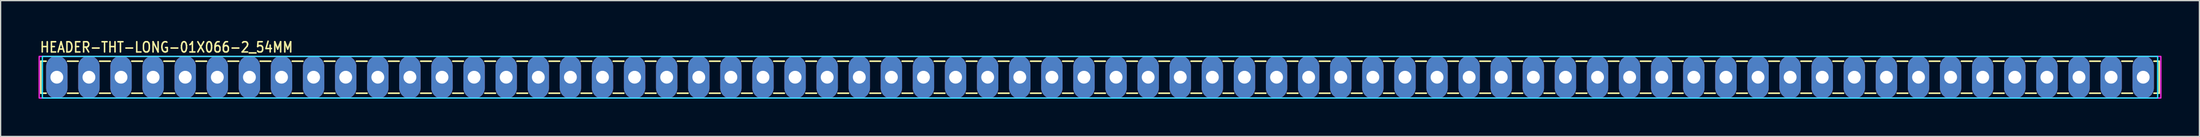
<source format=kicad_pcb>
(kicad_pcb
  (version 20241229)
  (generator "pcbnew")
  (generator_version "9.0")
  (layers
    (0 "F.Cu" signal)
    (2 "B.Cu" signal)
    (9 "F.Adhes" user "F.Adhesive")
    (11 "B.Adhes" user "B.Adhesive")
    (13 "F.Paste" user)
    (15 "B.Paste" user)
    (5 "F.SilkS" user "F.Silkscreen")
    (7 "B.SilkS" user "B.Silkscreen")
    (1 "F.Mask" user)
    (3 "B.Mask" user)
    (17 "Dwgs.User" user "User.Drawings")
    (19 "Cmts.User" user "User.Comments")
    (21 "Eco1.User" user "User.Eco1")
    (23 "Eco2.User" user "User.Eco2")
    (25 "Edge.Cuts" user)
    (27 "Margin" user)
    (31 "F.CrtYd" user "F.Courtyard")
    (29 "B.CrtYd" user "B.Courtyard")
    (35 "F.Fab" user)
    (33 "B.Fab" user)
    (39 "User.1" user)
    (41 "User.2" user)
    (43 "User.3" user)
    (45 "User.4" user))
  (footprint "HEADER-THT-LONG-01X066-2_54MM"
    (layer "F.Cu")
    (at 1.447 3.079)
    (property "Reference" "HEADER-THT-LONG-01X066-2_54MM" (at -1.4 -1.9 0) (unlocked yes) (layer "F.SilkS") (effects (font (size 0.813 0.695) (thickness 0.122)) (justify left bottom)))
    (fp_line (start -1.27 -1.27) (end -1.27 1.27) (stroke (width 0.127) (type solid)) (layer "F.SilkS"))
    (fp_line (start -1.27 1.27) (end -0.85 1.27) (stroke (width 0.127) (type solid)) (layer "F.SilkS"))
    (fp_line (start -0.85 -1.27) (end -1.27 -1.27) (stroke (width 0.127) (type solid)) (layer "F.SilkS"))
    (fp_line (start 0.85 -1.27) (end 1.69 -1.27) (stroke (width 0.127) (type solid)) (layer "F.SilkS"))
    (fp_line (start 0.85 1.27) (end 1.69 1.27) (stroke (width 0.127) (type solid)) (layer "F.SilkS"))
    (fp_line (start 3.39 -1.27) (end 4.23 -1.27) (stroke (width 0.127) (type solid)) (layer "F.SilkS"))
    (fp_line (start 3.39 1.27) (end 4.23 1.27) (stroke (width 0.127) (type solid)) (layer "F.SilkS"))
    (fp_line (start 5.93 -1.27) (end 6.77 -1.27) (stroke (width 0.127) (type solid)) (layer "F.SilkS"))
    (fp_line (start 5.93 1.27) (end 6.77 1.27) (stroke (width 0.127) (type solid)) (layer "F.SilkS"))
    (fp_line (start 8.47 -1.27) (end 9.31 -1.27) (stroke (width 0.127) (type solid)) (layer "F.SilkS"))
    (fp_line (start 8.47 1.27) (end 9.31 1.27) (stroke (width 0.127) (type solid)) (layer "F.SilkS"))
    (fp_line (start 11.01 -1.27) (end 11.85 -1.27) (stroke (width 0.127) (type solid)) (layer "F.SilkS"))
    (fp_line (start 11.01 1.27) (end 11.85 1.27) (stroke (width 0.127) (type solid)) (layer "F.SilkS"))
    (fp_line (start 13.55 -1.27) (end 14.39 -1.27) (stroke (width 0.127) (type solid)) (layer "F.SilkS"))
    (fp_line (start 13.55 1.27) (end 14.39 1.27) (stroke (width 0.127) (type solid)) (layer "F.SilkS"))
    (fp_line (start 16.09 -1.27) (end 16.93 -1.27) (stroke (width 0.127) (type solid)) (layer "F.SilkS"))
    (fp_line (start 16.09 1.27) (end 16.93 1.27) (stroke (width 0.127) (type solid)) (layer "F.SilkS"))
    (fp_line (start 18.63 -1.27) (end 19.47 -1.27) (stroke (width 0.127) (type solid)) (layer "F.SilkS"))
    (fp_line (start 18.63 1.27) (end 19.47 1.27) (stroke (width 0.127) (type solid)) (layer "F.SilkS"))
    (fp_line (start 21.17 -1.27) (end 22.01 -1.27) (stroke (width 0.127) (type solid)) (layer "F.SilkS"))
    (fp_line (start 21.17 1.27) (end 22.01 1.27) (stroke (width 0.127) (type solid)) (layer "F.SilkS"))
    (fp_line (start 23.71 -1.27) (end 24.55 -1.27) (stroke (width 0.127) (type solid)) (layer "F.SilkS"))
    (fp_line (start 23.71 1.27) (end 24.55 1.27) (stroke (width 0.127) (type solid)) (layer "F.SilkS"))
    (fp_line (start 26.25 -1.27) (end 27.09 -1.27) (stroke (width 0.127) (type solid)) (layer "F.SilkS"))
    (fp_line (start 26.25 1.27) (end 27.09 1.27) (stroke (width 0.127) (type solid)) (layer "F.SilkS"))
    (fp_line (start 28.79 -1.27) (end 29.63 -1.27) (stroke (width 0.127) (type solid)) (layer "F.SilkS"))
    (fp_line (start 28.79 1.27) (end 29.63 1.27) (stroke (width 0.127) (type solid)) (layer "F.SilkS"))
    (fp_line (start 31.33 -1.27) (end 32.17 -1.27) (stroke (width 0.127) (type solid)) (layer "F.SilkS"))
    (fp_line (start 31.33 1.27) (end 32.17 1.27) (stroke (width 0.127) (type solid)) (layer "F.SilkS"))
    (fp_line (start 33.87 -1.27) (end 34.71 -1.27) (stroke (width 0.127) (type solid)) (layer "F.SilkS"))
    (fp_line (start 33.87 1.27) (end 34.71 1.27) (stroke (width 0.127) (type solid)) (layer "F.SilkS"))
    (fp_line (start 36.41 -1.27) (end 37.25 -1.27) (stroke (width 0.127) (type solid)) (layer "F.SilkS"))
    (fp_line (start 36.41 1.27) (end 37.25 1.27) (stroke (width 0.127) (type solid)) (layer "F.SilkS"))
    (fp_line (start 38.95 -1.27) (end 39.79 -1.27) (stroke (width 0.127) (type solid)) (layer "F.SilkS"))
    (fp_line (start 38.95 1.27) (end 39.79 1.27) (stroke (width 0.127) (type solid)) (layer "F.SilkS"))
    (fp_line (start 41.49 -1.27) (end 42.33 -1.27) (stroke (width 0.127) (type solid)) (layer "F.SilkS"))
    (fp_line (start 41.49 1.27) (end 42.33 1.27) (stroke (width 0.127) (type solid)) (layer "F.SilkS"))
    (fp_line (start 44.03 -1.27) (end 44.87 -1.27) (stroke (width 0.127) (type solid)) (layer "F.SilkS"))
    (fp_line (start 44.03 1.27) (end 44.87 1.27) (stroke (width 0.127) (type solid)) (layer "F.SilkS"))
    (fp_line (start 46.57 -1.27) (end 47.41 -1.27) (stroke (width 0.127) (type solid)) (layer "F.SilkS"))
    (fp_line (start 46.57 1.27) (end 47.41 1.27) (stroke (width 0.127) (type solid)) (layer "F.SilkS"))
    (fp_line (start 49.11 -1.27) (end 49.95 -1.27) (stroke (width 0.127) (type solid)) (layer "F.SilkS"))
    (fp_line (start 49.11 1.27) (end 49.95 1.27) (stroke (width 0.127) (type solid)) (layer "F.SilkS"))
    (fp_line (start 51.65 -1.27) (end 52.49 -1.27) (stroke (width 0.127) (type solid)) (layer "F.SilkS"))
    (fp_line (start 51.65 1.27) (end 52.49 1.27) (stroke (width 0.127) (type solid)) (layer "F.SilkS"))
    (fp_line (start 54.19 -1.27) (end 55.03 -1.27) (stroke (width 0.127) (type solid)) (layer "F.SilkS"))
    (fp_line (start 54.19 1.27) (end 55.03 1.27) (stroke (width 0.127) (type solid)) (layer "F.SilkS"))
    (fp_line (start 56.73 -1.27) (end 57.57 -1.27) (stroke (width 0.127) (type solid)) (layer "F.SilkS"))
    (fp_line (start 56.73 1.27) (end 57.57 1.27) (stroke (width 0.127) (type solid)) (layer "F.SilkS"))
    (fp_line (start 59.27 -1.27) (end 60.11 -1.27) (stroke (width 0.127) (type solid)) (layer "F.SilkS"))
    (fp_line (start 59.27 1.27) (end 60.11 1.27) (stroke (width 0.127) (type solid)) (layer "F.SilkS"))
    (fp_line (start 61.81 -1.27) (end 62.65 -1.27) (stroke (width 0.127) (type solid)) (layer "F.SilkS"))
    (fp_line (start 61.81 1.27) (end 62.65 1.27) (stroke (width 0.127) (type solid)) (layer "F.SilkS"))
    (fp_line (start 64.35 -1.27) (end 65.19 -1.27) (stroke (width 0.127) (type solid)) (layer "F.SilkS"))
    (fp_line (start 64.35 1.27) (end 65.19 1.27) (stroke (width 0.127) (type solid)) (layer "F.SilkS"))
    (fp_line (start 66.89 -1.27) (end 67.73 -1.27) (stroke (width 0.127) (type solid)) (layer "F.SilkS"))
    (fp_line (start 66.89 1.27) (end 67.73 1.27) (stroke (width 0.127) (type solid)) (layer "F.SilkS"))
    (fp_line (start 69.43 -1.27) (end 70.27 -1.27) (stroke (width 0.127) (type solid)) (layer "F.SilkS"))
    (fp_line (start 69.43 1.27) (end 70.27 1.27) (stroke (width 0.127) (type solid)) (layer "F.SilkS"))
    (fp_line (start 71.97 -1.27) (end 72.81 -1.27) (stroke (width 0.127) (type solid)) (layer "F.SilkS"))
    (fp_line (start 71.97 1.27) (end 72.81 1.27) (stroke (width 0.127) (type solid)) (layer "F.SilkS"))
    (fp_line (start 74.51 -1.27) (end 75.35 -1.27) (stroke (width 0.127) (type solid)) (layer "F.SilkS"))
    (fp_line (start 74.51 1.27) (end 75.35 1.27) (stroke (width 0.127) (type solid)) (layer "F.SilkS"))
    (fp_line (start 77.05 -1.27) (end 77.89 -1.27) (stroke (width 0.127) (type solid)) (layer "F.SilkS"))
    (fp_line (start 77.05 1.27) (end 77.89 1.27) (stroke (width 0.127) (type solid)) (layer "F.SilkS"))
    (fp_line (start 79.59 -1.27) (end 80.43 -1.27) (stroke (width 0.127) (type solid)) (layer "F.SilkS"))
    (fp_line (start 79.59 1.27) (end 80.43 1.27) (stroke (width 0.127) (type solid)) (layer "F.SilkS"))
    (fp_line (start 82.13 -1.27) (end 82.97 -1.27) (stroke (width 0.127) (type solid)) (layer "F.SilkS"))
    (fp_line (start 82.13 1.27) (end 82.97 1.27) (stroke (width 0.127) (type solid)) (layer "F.SilkS"))
    (fp_line (start 84.67 -1.27) (end 85.51 -1.27) (stroke (width 0.127) (type solid)) (layer "F.SilkS"))
    (fp_line (start 84.67 1.27) (end 85.51 1.27) (stroke (width 0.127) (type solid)) (layer "F.SilkS"))
    (fp_line (start 87.21 -1.27) (end 88.05 -1.27) (stroke (width 0.127) (type solid)) (layer "F.SilkS"))
    (fp_line (start 87.21 1.27) (end 88.05 1.27) (stroke (width 0.127) (type solid)) (layer "F.SilkS"))
    (fp_line (start 89.75 -1.27) (end 90.59 -1.27) (stroke (width 0.127) (type solid)) (layer "F.SilkS"))
    (fp_line (start 89.75 1.27) (end 90.59 1.27) (stroke (width 0.127) (type solid)) (layer "F.SilkS"))
    (fp_line (start 92.29 -1.27) (end 93.13 -1.27) (stroke (width 0.127) (type solid)) (layer "F.SilkS"))
    (fp_line (start 92.29 1.27) (end 93.13 1.27) (stroke (width 0.127) (type solid)) (layer "F.SilkS"))
    (fp_line (start 94.83 -1.27) (end 95.67 -1.27) (stroke (width 0.127) (type solid)) (layer "F.SilkS"))
    (fp_line (start 94.83 1.27) (end 95.67 1.27) (stroke (width 0.127) (type solid)) (layer "F.SilkS"))
    (fp_line (start 97.37 -1.27) (end 98.21 -1.27) (stroke (width 0.127) (type solid)) (layer "F.SilkS"))
    (fp_line (start 97.37 1.27) (end 98.21 1.27) (stroke (width 0.127) (type solid)) (layer "F.SilkS"))
    (fp_line (start 99.91 -1.27) (end 100.75 -1.27) (stroke (width 0.127) (type solid)) (layer "F.SilkS"))
    (fp_line (start 99.91 1.27) (end 100.75 1.27) (stroke (width 0.127) (type solid)) (layer "F.SilkS"))
    (fp_line (start 102.45 -1.27) (end 103.29 -1.27) (stroke (width 0.127) (type solid)) (layer "F.SilkS"))
    (fp_line (start 102.45 1.27) (end 103.29 1.27) (stroke (width 0.127) (type solid)) (layer "F.SilkS"))
    (fp_line (start 104.99 -1.27) (end 105.83 -1.27) (stroke (width 0.127) (type solid)) (layer "F.SilkS"))
    (fp_line (start 104.99 1.27) (end 105.83 1.27) (stroke (width 0.127) (type solid)) (layer "F.SilkS"))
    (fp_line (start 107.53 -1.27) (end 108.37 -1.27) (stroke (width 0.127) (type solid)) (layer "F.SilkS"))
    (fp_line (start 107.53 1.27) (end 108.37 1.27) (stroke (width 0.127) (type solid)) (layer "F.SilkS"))
    (fp_line (start 110.07 -1.27) (end 110.91 -1.27) (stroke (width 0.127) (type solid)) (layer "F.SilkS"))
    (fp_line (start 110.07 1.27) (end 110.91 1.27) (stroke (width 0.127) (type solid)) (layer "F.SilkS"))
    (fp_line (start 112.61 -1.27) (end 113.45 -1.27) (stroke (width 0.127) (type solid)) (layer "F.SilkS"))
    (fp_line (start 112.61 1.27) (end 113.45 1.27) (stroke (width 0.127) (type solid)) (layer "F.SilkS"))
    (fp_line (start 115.15 -1.27) (end 115.99 -1.27) (stroke (width 0.127) (type solid)) (layer "F.SilkS"))
    (fp_line (start 115.15 1.27) (end 115.99 1.27) (stroke (width 0.127) (type solid)) (layer "F.SilkS"))
    (fp_line (start 117.69 -1.27) (end 118.53 -1.27) (stroke (width 0.127) (type solid)) (layer "F.SilkS"))
    (fp_line (start 117.69 1.27) (end 118.53 1.27) (stroke (width 0.127) (type solid)) (layer "F.SilkS"))
    (fp_line (start 120.23 -1.27) (end 121.07 -1.27) (stroke (width 0.127) (type solid)) (layer "F.SilkS"))
    (fp_line (start 120.23 1.27) (end 121.07 1.27) (stroke (width 0.127) (type solid)) (layer "F.SilkS"))
    (fp_line (start 122.77 -1.27) (end 123.61 -1.27) (stroke (width 0.127) (type solid)) (layer "F.SilkS"))
    (fp_line (start 122.77 1.27) (end 123.61 1.27) (stroke (width 0.127) (type solid)) (layer "F.SilkS"))
    (fp_line (start 125.31 -1.27) (end 126.15 -1.27) (stroke (width 0.127) (type solid)) (layer "F.SilkS"))
    (fp_line (start 125.31 1.27) (end 126.15 1.27) (stroke (width 0.127) (type solid)) (layer "F.SilkS"))
    (fp_line (start 127.85 -1.27) (end 128.69 -1.27) (stroke (width 0.127) (type solid)) (layer "F.SilkS"))
    (fp_line (start 127.85 1.27) (end 128.69 1.27) (stroke (width 0.127) (type solid)) (layer "F.SilkS"))
    (fp_line (start 130.39 -1.27) (end 131.23 -1.27) (stroke (width 0.127) (type solid)) (layer "F.SilkS"))
    (fp_line (start 130.39 1.27) (end 131.23 1.27) (stroke (width 0.127) (type solid)) (layer "F.SilkS"))
    (fp_line (start 132.93 -1.27) (end 133.77 -1.27) (stroke (width 0.127) (type solid)) (layer "F.SilkS"))
    (fp_line (start 132.93 1.27) (end 133.77 1.27) (stroke (width 0.127) (type solid)) (layer "F.SilkS"))
    (fp_line (start 135.47 -1.27) (end 136.31 -1.27) (stroke (width 0.127) (type solid)) (layer "F.SilkS"))
    (fp_line (start 135.47 1.27) (end 136.31 1.27) (stroke (width 0.127) (type solid)) (layer "F.SilkS"))
    (fp_line (start 138.01 -1.27) (end 138.85 -1.27) (stroke (width 0.127) (type solid)) (layer "F.SilkS"))
    (fp_line (start 138.01 1.27) (end 138.85 1.27) (stroke (width 0.127) (type solid)) (layer "F.SilkS"))
    (fp_line (start 140.55 -1.27) (end 141.39 -1.27) (stroke (width 0.127) (type solid)) (layer "F.SilkS"))
    (fp_line (start 140.55 1.27) (end 141.39 1.27) (stroke (width 0.127) (type solid)) (layer "F.SilkS"))
    (fp_line (start 143.09 -1.27) (end 143.93 -1.27) (stroke (width 0.127) (type solid)) (layer "F.SilkS"))
    (fp_line (start 143.09 1.27) (end 143.93 1.27) (stroke (width 0.127) (type solid)) (layer "F.SilkS"))
    (fp_line (start 145.63 -1.27) (end 146.47 -1.27) (stroke (width 0.127) (type solid)) (layer "F.SilkS"))
    (fp_line (start 145.63 1.27) (end 146.47 1.27) (stroke (width 0.127) (type solid)) (layer "F.SilkS"))
    (fp_line (start 148.17 -1.27) (end 149.01 -1.27) (stroke (width 0.127) (type solid)) (layer "F.SilkS"))
    (fp_line (start 148.17 1.27) (end 149.01 1.27) (stroke (width 0.127) (type solid)) (layer "F.SilkS"))
    (fp_line (start 150.71 -1.27) (end 151.55 -1.27) (stroke (width 0.127) (type solid)) (layer "F.SilkS"))
    (fp_line (start 150.71 1.27) (end 151.55 1.27) (stroke (width 0.127) (type solid)) (layer "F.SilkS"))
    (fp_line (start 153.25 -1.27) (end 154.09 -1.27) (stroke (width 0.127) (type solid)) (layer "F.SilkS"))
    (fp_line (start 153.25 1.27) (end 154.09 1.27) (stroke (width 0.127) (type solid)) (layer "F.SilkS"))
    (fp_line (start 155.79 -1.27) (end 156.63 -1.27) (stroke (width 0.127) (type solid)) (layer "F.SilkS"))
    (fp_line (start 155.79 1.27) (end 156.63 1.27) (stroke (width 0.127) (type solid)) (layer "F.SilkS"))
    (fp_line (start 158.33 -1.27) (end 159.17 -1.27) (stroke (width 0.127) (type solid)) (layer "F.SilkS"))
    (fp_line (start 158.33 1.27) (end 159.17 1.27) (stroke (width 0.127) (type solid)) (layer "F.SilkS"))
    (fp_line (start 160.87 -1.27) (end 161.71 -1.27) (stroke (width 0.127) (type solid)) (layer "F.SilkS"))
    (fp_line (start 160.87 1.27) (end 161.71 1.27) (stroke (width 0.127) (type solid)) (layer "F.SilkS"))
    (fp_line (start 163.41 -1.27) (end 164.25 -1.27) (stroke (width 0.127) (type solid)) (layer "F.SilkS"))
    (fp_line (start 163.41 1.27) (end 164.25 1.27) (stroke (width 0.127) (type solid)) (layer "F.SilkS"))
    (fp_line (start 165.95 -1.27) (end 166.37 -1.27) (stroke (width 0.127) (type solid)) (layer "F.SilkS"))
    (fp_line (start 166.37 -1.27) (end 166.37 1.27) (stroke (width 0.127) (type solid)) (layer "F.SilkS"))
    (fp_line (start 166.37 1.27) (end 165.95 1.27) (stroke (width 0.127) (type solid)) (layer "F.SilkS"))
    (fp_poly (pts (xy -1.143 -1.651) (xy 166.243 -1.651) (xy 166.243 1.651) (xy -1.143 1.651)) (stroke (width 0.1) (type solid)) (fill no) (layer "B.CrtYd"))
    (fp_poly (pts (xy -1.397 -1.651) (xy 166.497 -1.651) (xy 166.497 1.651) (xy -1.397 1.651)) (stroke (width 0.1) (type solid)) (fill no) (layer "F.CrtYd"))
    (pad "P$1" thru_hole oval (at 0 0 90) (size 3.387 1.693) (drill 1.016) (layers "*.Cu" "*.Mask"))
    (pad "P$2" thru_hole oval (at 2.54 0 90) (size 3.387 1.693) (drill 1.016) (layers "*.Cu" "*.Mask"))
    (pad "P$3" thru_hole oval (at 5.08 0 90) (size 3.387 1.693) (drill 1.016) (layers "*.Cu" "*.Mask"))
    (pad "P$4" thru_hole oval (at 7.62 0 90) (size 3.387 1.693) (drill 1.016) (layers "*.Cu" "*.Mask"))
    (pad "P$5" thru_hole oval (at 10.16 0 90) (size 3.387 1.693) (drill 1.016) (layers "*.Cu" "*.Mask"))
    (pad "P$6" thru_hole oval (at 12.7 0 90) (size 3.387 1.693) (drill 1.016) (layers "*.Cu" "*.Mask"))
    (pad "P$7" thru_hole oval (at 15.24 0 90) (size 3.387 1.693) (drill 1.016) (layers "*.Cu" "*.Mask"))
    (pad "P$8" thru_hole oval (at 17.78 0 90) (size 3.387 1.693) (drill 1.016) (layers "*.Cu" "*.Mask"))
    (pad "P$9" thru_hole oval (at 20.32 0 90) (size 3.387 1.693) (drill 1.016) (layers "*.Cu" "*.Mask"))
    (pad "P$10" thru_hole oval (at 22.86 0 90) (size 3.387 1.693) (drill 1.016) (layers "*.Cu" "*.Mask"))
    (pad "P$11" thru_hole oval (at 25.4 0 90) (size 3.387 1.693) (drill 1.016) (layers "*.Cu" "*.Mask"))
    (pad "P$12" thru_hole oval (at 27.94 0 90) (size 3.387 1.693) (drill 1.016) (layers "*.Cu" "*.Mask"))
    (pad "P$13" thru_hole oval (at 30.48 0 90) (size 3.387 1.693) (drill 1.016) (layers "*.Cu" "*.Mask"))
    (pad "P$14" thru_hole oval (at 33.02 0 90) (size 3.387 1.693) (drill 1.016) (layers "*.Cu" "*.Mask"))
    (pad "P$15" thru_hole oval (at 35.56 0 90) (size 3.387 1.693) (drill 1.016) (layers "*.Cu" "*.Mask"))
    (pad "P$16" thru_hole oval (at 38.1 0 90) (size 3.387 1.693) (drill 1.016) (layers "*.Cu" "*.Mask"))
    (pad "P$17" thru_hole oval (at 40.64 0 90) (size 3.387 1.693) (drill 1.016) (layers "*.Cu" "*.Mask"))
    (pad "P$18" thru_hole oval (at 43.18 0 90) (size 3.387 1.693) (drill 1.016) (layers "*.Cu" "*.Mask"))
    (pad "P$19" thru_hole oval (at 45.72 0 90) (size 3.387 1.693) (drill 1.016) (layers "*.Cu" "*.Mask"))
    (pad "P$20" thru_hole oval (at 48.26 0 90) (size 3.387 1.693) (drill 1.016) (layers "*.Cu" "*.Mask"))
    (pad "P$21" thru_hole oval (at 50.8 0 90) (size 3.387 1.693) (drill 1.016) (layers "*.Cu" "*.Mask"))
    (pad "P$22" thru_hole oval (at 53.34 0 90) (size 3.387 1.693) (drill 1.016) (layers "*.Cu" "*.Mask"))
    (pad "P$23" thru_hole oval (at 55.88 0 90) (size 3.387 1.693) (drill 1.016) (layers "*.Cu" "*.Mask"))
    (pad "P$24" thru_hole oval (at 58.42 0 90) (size 3.387 1.693) (drill 1.016) (layers "*.Cu" "*.Mask"))
    (pad "P$25" thru_hole oval (at 60.96 0 90) (size 3.387 1.693) (drill 1.016) (layers "*.Cu" "*.Mask"))
    (pad "P$26" thru_hole oval (at 63.5 0 90) (size 3.387 1.693) (drill 1.016) (layers "*.Cu" "*.Mask"))
    (pad "P$27" thru_hole oval (at 66.04 0 90) (size 3.387 1.693) (drill 1.016) (layers "*.Cu" "*.Mask"))
    (pad "P$28" thru_hole oval (at 68.58 0 90) (size 3.387 1.693) (drill 1.016) (layers "*.Cu" "*.Mask"))
    (pad "P$29" thru_hole oval (at 71.12 0 90) (size 3.387 1.693) (drill 1.016) (layers "*.Cu" "*.Mask"))
    (pad "P$30" thru_hole oval (at 73.66 0 90) (size 3.387 1.693) (drill 1.016) (layers "*.Cu" "*.Mask"))
    (pad "P$31" thru_hole oval (at 76.2 0 90) (size 3.387 1.693) (drill 1.016) (layers "*.Cu" "*.Mask"))
    (pad "P$32" thru_hole oval (at 78.74 0 90) (size 3.387 1.693) (drill 1.016) (layers "*.Cu" "*.Mask"))
    (pad "P$33" thru_hole oval (at 81.28 0 90) (size 3.387 1.693) (drill 1.016) (layers "*.Cu" "*.Mask"))
    (pad "P$34" thru_hole oval (at 83.82 0 90) (size 3.387 1.693) (drill 1.016) (layers "*.Cu" "*.Mask"))
    (pad "P$35" thru_hole oval (at 86.36 0 90) (size 3.387 1.693) (drill 1.016) (layers "*.Cu" "*.Mask"))
    (pad "P$36" thru_hole oval (at 88.9 0 90) (size 3.387 1.693) (drill 1.016) (layers "*.Cu" "*.Mask"))
    (pad "P$37" thru_hole oval (at 91.44 0 90) (size 3.387 1.693) (drill 1.016) (layers "*.Cu" "*.Mask"))
    (pad "P$38" thru_hole oval (at 93.98 0 90) (size 3.387 1.693) (drill 1.016) (layers "*.Cu" "*.Mask"))
    (pad "P$39" thru_hole oval (at 96.52 0 90) (size 3.387 1.693) (drill 1.016) (layers "*.Cu" "*.Mask"))
    (pad "P$40" thru_hole oval (at 99.06 0 90) (size 3.387 1.693) (drill 1.016) (layers "*.Cu" "*.Mask"))
    (pad "P$41" thru_hole oval (at 101.6 0 90) (size 3.387 1.693) (drill 1.016) (layers "*.Cu" "*.Mask"))
    (pad "P$42" thru_hole oval (at 104.14 0 90) (size 3.387 1.693) (drill 1.016) (layers "*.Cu" "*.Mask"))
    (pad "P$43" thru_hole oval (at 106.68 0 90) (size 3.387 1.693) (drill 1.016) (layers "*.Cu" "*.Mask"))
    (pad "P$44" thru_hole oval (at 109.22 0 90) (size 3.387 1.693) (drill 1.016) (layers "*.Cu" "*.Mask"))
    (pad "P$45" thru_hole oval (at 111.76 0 90) (size 3.387 1.693) (drill 1.016) (layers "*.Cu" "*.Mask"))
    (pad "P$46" thru_hole oval (at 114.3 0 90) (size 3.387 1.693) (drill 1.016) (layers "*.Cu" "*.Mask"))
    (pad "P$47" thru_hole oval (at 116.84 0 90) (size 3.387 1.693) (drill 1.016) (layers "*.Cu" "*.Mask"))
    (pad "P$48" thru_hole oval (at 119.38 0 90) (size 3.387 1.693) (drill 1.016) (layers "*.Cu" "*.Mask"))
    (pad "P$49" thru_hole oval (at 121.92 0 90) (size 3.387 1.693) (drill 1.016) (layers "*.Cu" "*.Mask"))
    (pad "P$50" thru_hole oval (at 124.46 0 90) (size 3.387 1.693) (drill 1.016) (layers "*.Cu" "*.Mask"))
    (pad "P$51" thru_hole oval (at 127 0 90) (size 3.387 1.693) (drill 1.016) (layers "*.Cu" "*.Mask"))
    (pad "P$52" thru_hole oval (at 129.54 0 90) (size 3.387 1.693) (drill 1.016) (layers "*.Cu" "*.Mask"))
    (pad "P$53" thru_hole oval (at 132.08 0 90) (size 3.387 1.693) (drill 1.016) (layers "*.Cu" "*.Mask"))
    (pad "P$54" thru_hole oval (at 134.62 0 90) (size 3.387 1.693) (drill 1.016) (layers "*.Cu" "*.Mask"))
    (pad "P$55" thru_hole oval (at 137.16 0 90) (size 3.387 1.693) (drill 1.016) (layers "*.Cu" "*.Mask"))
    (pad "P$56" thru_hole oval (at 139.7 0 90) (size 3.387 1.693) (drill 1.016) (layers "*.Cu" "*.Mask"))
    (pad "P$57" thru_hole oval (at 142.24 0 90) (size 3.387 1.693) (drill 1.016) (layers "*.Cu" "*.Mask"))
    (pad "P$58" thru_hole oval (at 144.78 0 90) (size 3.387 1.693) (drill 1.016) (layers "*.Cu" "*.Mask"))
    (pad "P$59" thru_hole oval (at 147.32 0 90) (size 3.387 1.693) (drill 1.016) (layers "*.Cu" "*.Mask"))
    (pad "P$60" thru_hole oval (at 149.86 0 90) (size 3.387 1.693) (drill 1.016) (layers "*.Cu" "*.Mask"))
    (pad "P$61" thru_hole oval (at 152.4 0 90) (size 3.387 1.693) (drill 1.016) (layers "*.Cu" "*.Mask"))
    (pad "P$62" thru_hole oval (at 154.94 0 90) (size 3.387 1.693) (drill 1.016) (layers "*.Cu" "*.Mask"))
    (pad "P$63" thru_hole oval (at 157.48 0 90) (size 3.387 1.693) (drill 1.016) (layers "*.Cu" "*.Mask"))
    (pad "P$64" thru_hole oval (at 160.02 0 90) (size 3.387 1.693) (drill 1.016) (layers "*.Cu" "*.Mask"))
    (pad "P$65" thru_hole oval (at 162.56 0 90) (size 3.387 1.693) (drill 1.016) (layers "*.Cu" "*.Mask"))
    (pad "P$66" thru_hole oval (at 165.1 0 90) (size 3.387 1.693) (drill 1.016) (layers "*.Cu" "*.Mask")))
  (gr_rect
    (start -3 -3)
    (end 170.994 7.78)
    (stroke (width 0.1) (type default))
    (fill no)
    (layer "Edge.Cuts")))
</source>
